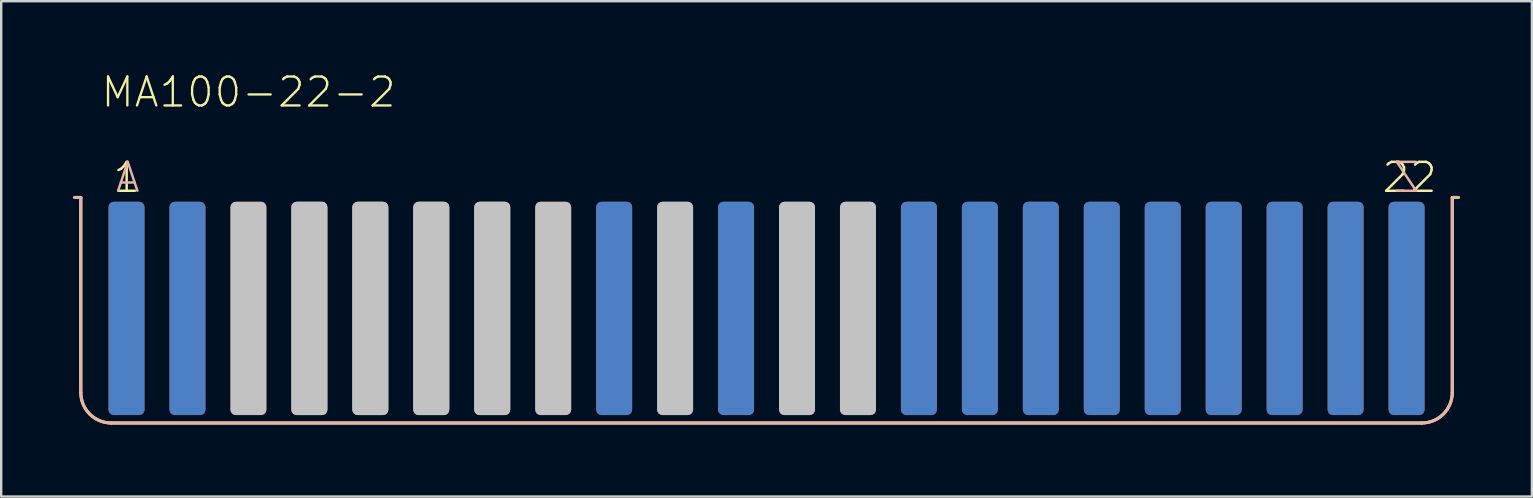
<source format=kicad_pcb>
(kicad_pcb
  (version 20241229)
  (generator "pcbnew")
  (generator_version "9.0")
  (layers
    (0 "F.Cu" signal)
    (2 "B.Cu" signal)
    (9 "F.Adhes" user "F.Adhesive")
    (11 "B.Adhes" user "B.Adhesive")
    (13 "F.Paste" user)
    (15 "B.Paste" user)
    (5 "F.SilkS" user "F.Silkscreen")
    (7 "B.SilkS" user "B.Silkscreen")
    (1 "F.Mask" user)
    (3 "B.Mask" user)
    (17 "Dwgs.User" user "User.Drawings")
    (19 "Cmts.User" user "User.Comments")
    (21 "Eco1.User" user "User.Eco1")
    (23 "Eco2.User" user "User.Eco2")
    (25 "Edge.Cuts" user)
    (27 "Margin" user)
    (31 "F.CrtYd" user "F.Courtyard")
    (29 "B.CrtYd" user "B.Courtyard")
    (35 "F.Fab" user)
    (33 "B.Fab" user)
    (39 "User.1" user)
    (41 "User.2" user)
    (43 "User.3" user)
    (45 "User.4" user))
  (footprint "MA100-22-2"
    (layer "F.Cu")
    (at 28.892 9.497)
    (property "Reference" "MA100-22-2" (at -27.791 -8.001 0) (layer "F.SilkS") (effects (font (size 1.206 1.206) (thickness 0.097)) (justify left bottom)))
    (attr through_hole)
    (fp_line (start -28.829 -4.318) (end -28.575 -4.318) (stroke (width 0.127) (type solid)) (layer "F.SilkS"))
    (fp_line (start -28.575 3.81) (end -28.575 -4.318) (stroke (width 0.127) (type solid)) (layer "F.SilkS"))
    (fp_line (start -27.305 5.08) (end 27.305 5.08) (stroke (width 0.127) (type solid)) (layer "F.SilkS"))
    (fp_line (start 28.575 -4.318) (end 28.829 -4.318) (stroke (width 0.127) (type solid)) (layer "F.SilkS"))
    (fp_line (start 28.575 3.81) (end 28.575 -4.318) (stroke (width 0.127) (type solid)) (layer "F.SilkS"))
    (fp_arc (start -27.305 5.08) (mid -28.203026 4.708026) (end -28.575 3.81) (stroke (width 0.127) (type solid)) (layer "F.SilkS"))
    (fp_arc (start 28.575 3.81) (mid 28.203026 4.708026) (end 27.305 5.08) (stroke (width 0.127) (type solid)) (layer "F.SilkS"))
    (fp_line (start -28.829 -4.318) (end -28.575 -4.318) (stroke (width 0.127) (type solid)) (layer "B.SilkS"))
    (fp_line (start -28.575 -4.318) (end -28.575 3.81) (stroke (width 0.127) (type solid)) (layer "B.SilkS"))
    (fp_line (start -27.305 5.08) (end 27.305 5.08) (stroke (width 0.127) (type solid)) (layer "B.SilkS"))
    (fp_line (start 28.575 -4.318) (end 28.829 -4.318) (stroke (width 0.127) (type solid)) (layer "B.SilkS"))
    (fp_line (start 28.575 3.81) (end 28.575 -4.318) (stroke (width 0.127) (type solid)) (layer "B.SilkS"))
    (fp_arc (start -27.305 5.08) (mid -28.203026 4.708026) (end -28.575 3.81) (stroke (width 0.127) (type solid)) (layer "B.SilkS"))
    (fp_arc (start 28.575 3.81) (mid 28.203026 4.708026) (end 27.305 5.08) (stroke (width 0.127) (type solid)) (layer "B.SilkS"))
    (fp_text user "22" (at 25.579 -4.445 0) (layer "F.SilkS") (effects (font (size 1.206 1.206) (thickness 0.102)) (justify left bottom)))
    (fp_text user "1" (at -27.305 -4.445 0) (layer "F.SilkS") (effects (font (size 1.206 1.206) (thickness 0.102)) (justify left bottom)))
    (fp_text user "Z" (at 27.305 -4.445 0) (layer "B.SilkS") (effects (font (size 1.206 1.206) (thickness 0.102)) (justify left bottom mirror)))
    (fp_text user "A" (at -26.035 -4.445 0) (layer "B.SilkS") (effects (font (size 1.206 1.206) (thickness 0.102)) (justify left bottom mirror)))
    (pad "" connect roundrect (at -21.59 0.305) (size 1.5 8.89) (layers "Dwgs.User") (roundrect_rratio 0.15))
    (pad "" connect roundrect (at -19.05 0.305) (size 1.5 8.89) (layers "Dwgs.User") (roundrect_rratio 0.15))
    (pad "" connect roundrect (at -19.05 0.305) (size 1.5 8.89) (layers "Dwgs.User") (roundrect_rratio 0.15))
    (pad "" connect roundrect (at -16.51 0.305) (size 1.5 8.89) (layers "Dwgs.User") (roundrect_rratio 0.15))
    (pad "" connect roundrect (at -16.51 0.305) (size 1.5 8.89) (layers "Dwgs.User") (roundrect_rratio 0.15))
    (pad "" connect roundrect (at -13.97 0.305) (size 1.5 8.89) (layers "Dwgs.User") (roundrect_rratio 0.15))
    (pad "" connect roundrect (at -13.97 0.305) (size 1.5 8.89) (layers "Dwgs.User") (roundrect_rratio 0.15))
    (pad "" connect roundrect (at -11.43 0.305) (size 1.5 8.89) (layers "Dwgs.User") (roundrect_rratio 0.15))
    (pad "" connect roundrect (at -11.43 0.305) (size 1.5 8.89) (layers "Dwgs.User") (roundrect_rratio 0.15))
    (pad "" connect roundrect (at -8.89 0.305) (size 1.5 8.89) (layers "Dwgs.User") (roundrect_rratio 0.15))
    (pad "" connect roundrect (at -3.81 0.305) (size 1.5 8.89) (layers "Dwgs.User") (roundrect_rratio 0.15))
    (pad "" connect roundrect (at 1.27 0.305) (size 1.5 8.89) (layers "Dwgs.User") (roundrect_rratio 0.15))
    (pad "" connect roundrect (at 3.81 0.305) (size 1.5 8.89) (layers "Dwgs.User") (roundrect_rratio 0.15))
    (pad "1" connect roundrect (at -26.67 0.305) (size 1.5 8.89) (layers "F.Cu" "F.Mask") (roundrect_rratio 0.15))
    (pad "2" connect roundrect (at -24.13 0.305) (size 1.5 8.89) (layers "F.Cu" "F.Mask") (roundrect_rratio 0.15))
    (pad "3" connect roundrect (at -21.59 0.305) (size 1.5 8.89) (layers "F.Cu" "F.Mask") (roundrect_rratio 0.15))
    (pad "8" connect roundrect (at -8.89 0.305) (size 1.5 8.89) (layers "F.Cu" "F.Mask") (roundrect_rratio 0.15))
    (pad "9" connect roundrect (at -6.35 0.305) (size 1.5 8.89) (layers "F.Cu" "F.Mask") (roundrect_rratio 0.15))
    (pad "11" connect roundrect (at -1.27 0.305) (size 1.5 8.89) (layers "F.Cu" "F.Mask") (roundrect_rratio 0.15))
    (pad "14" connect roundrect (at 6.35 0.305) (size 1.5 8.89) (layers "F.Cu" "F.Mask") (roundrect_rratio 0.15))
    (pad "15" connect roundrect (at 8.89 0.305) (size 1.5 8.89) (layers "F.Cu" "F.Mask") (roundrect_rratio 0.15))
    (pad "16" connect roundrect (at 11.43 0.305) (size 1.5 8.89) (layers "F.Cu" "F.Mask") (roundrect_rratio 0.15))
    (pad "17" connect roundrect (at 13.97 0.305) (size 1.5 8.89) (layers "F.Cu" "F.Mask") (roundrect_rratio 0.15))
    (pad "18" connect roundrect (at 16.51 0.305) (size 1.5 8.89) (layers "F.Cu" "F.Mask") (roundrect_rratio 0.15))
    (pad "19" connect roundrect (at 19.05 0.305) (size 1.5 8.89) (layers "F.Cu" "F.Mask") (roundrect_rratio 0.15))
    (pad "20" connect roundrect (at 21.59 0.305) (size 1.5 8.89) (layers "F.Cu" "F.Mask") (roundrect_rratio 0.15))
    (pad "21" connect roundrect (at 24.13 0.305) (size 1.5 8.89) (layers "F.Cu" "F.Mask") (roundrect_rratio 0.15))
    (pad "22" connect roundrect (at 26.67 0.305) (size 1.5 8.89) (layers "F.Cu" "F.Mask") (roundrect_rratio 0.15))
    (pad "A" connect roundrect (at -26.67 0.305) (size 1.5 8.89) (layers "B.Cu" "B.Mask") (roundrect_rratio 0.15))
    (pad "B" connect roundrect (at -24.13 0.305) (size 1.5 8.89) (layers "B.Cu" "B.Mask") (roundrect_rratio 0.15))
    (pad "K" connect roundrect (at -6.35 0.305) (size 1.5 8.89) (layers "B.Cu" "B.Mask") (roundrect_rratio 0.15))
    (pad "L" connect roundrect (at -3.81 0.305) (size 1.5 8.89) (layers "B.Cu" "B.Mask") (roundrect_rratio 0.15))
    (pad "M" connect roundrect (at -1.27 0.305) (size 1.5 8.89) (layers "B.Cu" "B.Mask") (roundrect_rratio 0.15))
    (pad "N" connect roundrect (at 1.27 0.305) (size 1.5 8.89) (layers "B.Cu" "B.Mask") (roundrect_rratio 0.15))
    (pad "P" connect roundrect (at 3.81 0.305) (size 1.5 8.89) (layers "B.Cu" "B.Mask") (roundrect_rratio 0.15))
    (pad "R" connect roundrect (at 6.35 0.305) (size 1.5 8.89) (layers "B.Cu" "B.Mask") (roundrect_rratio 0.15))
    (pad "S" connect roundrect (at 8.89 0.305) (size 1.5 8.89) (layers "B.Cu" "B.Mask") (roundrect_rratio 0.15))
    (pad "T" connect roundrect (at 11.43 0.305) (size 1.5 8.89) (layers "B.Cu" "B.Mask") (roundrect_rratio 0.15))
    (pad "U" connect roundrect (at 13.97 0.305) (size 1.5 8.89) (layers "B.Cu" "B.Mask") (roundrect_rratio 0.15))
    (pad "V" connect roundrect (at 16.51 0.305) (size 1.5 8.89) (layers "B.Cu" "B.Mask") (roundrect_rratio 0.15))
    (pad "W" connect roundrect (at 19.05 0.305) (size 1.5 8.89) (layers "B.Cu" "B.Mask") (roundrect_rratio 0.15))
    (pad "X" connect roundrect (at 21.59 0.305) (size 1.5 8.89) (layers "B.Cu" "B.Mask") (roundrect_rratio 0.15))
    (pad "Y" connect roundrect (at 24.13 0.305) (size 1.5 8.89) (layers "B.Cu" "B.Mask") (roundrect_rratio 0.15))
    (pad "Z" connect roundrect (at 26.67 0.305) (size 1.5 8.89) (layers "B.Cu" "B.Mask") (roundrect_rratio 0.15)))
  (gr_rect
    (start -3 -3)
    (end 60.785 17.641)
    (stroke (width 0.1) (type default))
    (fill no)
    (layer "Edge.Cuts")))
</source>
